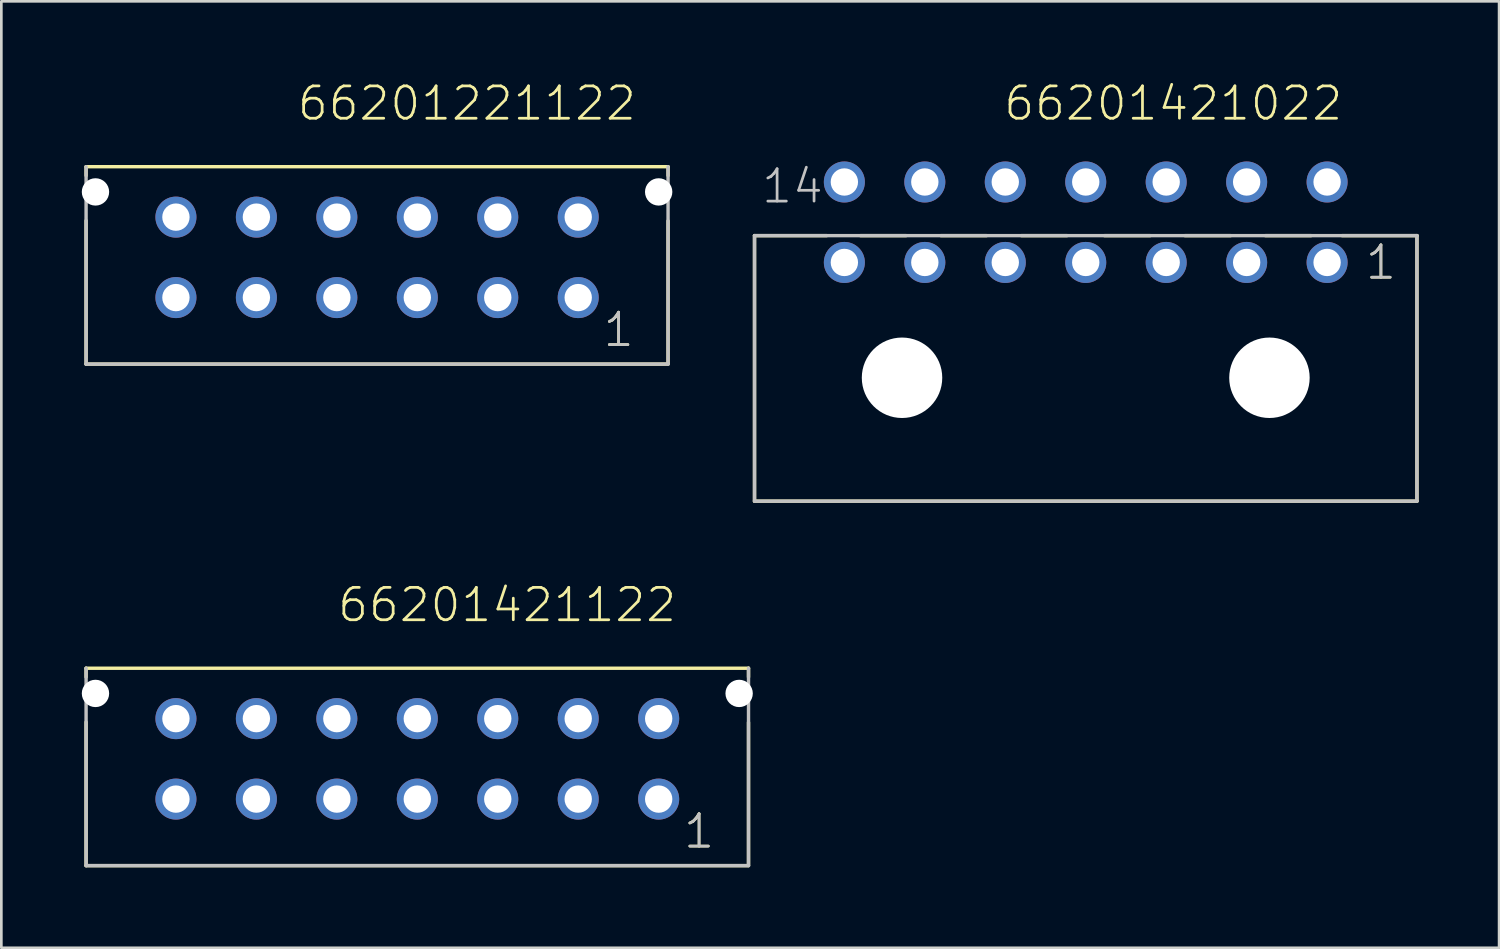
<source format=kicad_pcb>
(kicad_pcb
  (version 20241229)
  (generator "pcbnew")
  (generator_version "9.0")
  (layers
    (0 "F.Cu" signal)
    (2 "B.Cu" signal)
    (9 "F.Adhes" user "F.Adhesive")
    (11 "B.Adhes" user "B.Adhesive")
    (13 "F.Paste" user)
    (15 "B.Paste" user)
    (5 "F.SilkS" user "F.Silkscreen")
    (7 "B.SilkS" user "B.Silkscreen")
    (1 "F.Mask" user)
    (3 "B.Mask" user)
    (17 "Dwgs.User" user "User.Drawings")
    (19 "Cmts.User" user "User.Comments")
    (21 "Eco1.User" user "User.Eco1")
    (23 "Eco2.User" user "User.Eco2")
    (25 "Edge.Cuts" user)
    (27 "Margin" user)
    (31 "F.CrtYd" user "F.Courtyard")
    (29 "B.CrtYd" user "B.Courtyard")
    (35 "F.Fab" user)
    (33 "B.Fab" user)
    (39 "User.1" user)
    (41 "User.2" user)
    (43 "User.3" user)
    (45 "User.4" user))
  (footprint "66201221122"
    (layer "F.Cu")
    (at 11.01 6.546)
    (property "Reference" "66201221122" (at -3.035 -5.035 0) (layer "F.SilkS") (effects (font (size 1.206 1.206) (thickness 0.102)) (justify left bottom)))
    (attr through_hole)
    (fp_line (start -10.85 -3.05) (end -10.85 -3.38) (stroke (width 0.127) (type solid)) (layer "F.SilkS"))
    (fp_line (start -10.85 -1.37) (end -10.85 3.98) (stroke (width 0.127) (type solid)) (layer "F.SilkS"))
    (fp_line (start -10.85 3.98) (end 10.85 3.98) (stroke (width 0.127) (type solid)) (layer "F.SilkS"))
    (fp_line (start 10.85 -3.38) (end -10.85 -3.38) (stroke (width 0.127) (type solid)) (layer "F.SilkS"))
    (fp_line (start 10.85 -3.05) (end 10.85 -3.38) (stroke (width 0.127) (type solid)) (layer "F.SilkS"))
    (fp_line (start 10.85 -1.36) (end 10.85 3.94) (stroke (width 0.127) (type solid)) (layer "F.SilkS"))
    (fp_line (start -10.85 -3.38) (end -10.85 3.98) (stroke (width 0.127) (type solid)) (layer "Dwgs.User"))
    (fp_line (start -10.85 3.98) (end 10.85 3.98) (stroke (width 0.127) (type solid)) (layer "Dwgs.User"))
    (fp_line (start 10.85 3.98) (end 10.85 -3.38) (stroke (width 0.127) (type solid)) (layer "Dwgs.User"))
    (fp_text user "1" (at 8.365 3.405 0) (layer "F.SilkS") (effects (font (size 1.206 1.206) (thickness 0.102)) (justify left bottom)))
    (fp_text user "1" (at 8.365 3.405 0) (layer "Dwgs.User") (effects (font (size 1.206 1.206) (thickness 0.102)) (justify left bottom)))
    (pad "" np_thru_hole circle (at -10.5 -2.44) (size 1.02 1.02) (drill 1.02) (layers "*.Cu"))
    (pad "" np_thru_hole circle (at 10.5 -2.44) (size 1.02 1.02) (drill 1.02) (layers "*.Cu"))
    (pad "1" thru_hole circle (at 7.5 1.5) (size 1.53 1.53) (drill 1.02) (layers "*.Cu" "*.Mask"))
    (pad "2" thru_hole circle (at 4.5 1.5) (size 1.53 1.53) (drill 1.02) (layers "*.Cu" "*.Mask"))
    (pad "3" thru_hole circle (at 1.5 1.5) (size 1.53 1.53) (drill 1.02) (layers "*.Cu" "*.Mask"))
    (pad "4" thru_hole circle (at -1.5 1.5) (size 1.53 1.53) (drill 1.02) (layers "*.Cu" "*.Mask"))
    (pad "5" thru_hole circle (at -4.5 1.5) (size 1.53 1.53) (drill 1.02) (layers "*.Cu" "*.Mask"))
    (pad "6" thru_hole circle (at -7.5 1.5) (size 1.53 1.53) (drill 1.02) (layers "*.Cu" "*.Mask"))
    (pad "7" thru_hole circle (at 7.5 -1.5) (size 1.53 1.53) (drill 1.02) (layers "*.Cu" "*.Mask"))
    (pad "8" thru_hole circle (at 4.5 -1.5) (size 1.53 1.53) (drill 1.02) (layers "*.Cu" "*.Mask"))
    (pad "9" thru_hole circle (at 1.5 -1.5) (size 1.53 1.53) (drill 1.02) (layers "*.Cu" "*.Mask"))
    (pad "10" thru_hole circle (at -1.5 -1.5) (size 1.53 1.53) (drill 1.02) (layers "*.Cu" "*.Mask"))
    (pad "11" thru_hole circle (at -4.5 -1.5) (size 1.53 1.53) (drill 1.02) (layers "*.Cu" "*.Mask"))
    (pad "12" thru_hole circle (at -7.5 -1.5) (size 1.53 1.53) (drill 1.02) (layers "*.Cu" "*.Mask")))
  (footprint "66201421122"
    (layer "F.Cu")
    (at 12.51 25.246)
    (property "Reference" "66201421122" (at -3.035 -5.035 0) (layer "F.SilkS") (effects (font (size 1.206 1.206) (thickness 0.102)) (justify left bottom)))
    (attr through_hole)
    (fp_line (start -12.35 -3.05) (end -12.35 -3.38) (stroke (width 0.127) (type solid)) (layer "F.SilkS"))
    (fp_line (start -12.35 -1.37) (end -12.35 3.98) (stroke (width 0.127) (type solid)) (layer "F.SilkS"))
    (fp_line (start -12.35 3.98) (end 12.35 3.98) (stroke (width 0.127) (type solid)) (layer "F.SilkS"))
    (fp_line (start 12.35 -3.38) (end -12.35 -3.38) (stroke (width 0.127) (type solid)) (layer "F.SilkS"))
    (fp_line (start 12.35 -3.05) (end 12.35 -3.38) (stroke (width 0.127) (type solid)) (layer "F.SilkS"))
    (fp_line (start 12.35 -1.36) (end 12.35 3.94) (stroke (width 0.127) (type solid)) (layer "F.SilkS"))
    (fp_line (start -12.35 -3.38) (end -12.35 3.98) (stroke (width 0.127) (type solid)) (layer "Dwgs.User"))
    (fp_line (start -12.35 3.98) (end 12.35 3.98) (stroke (width 0.127) (type solid)) (layer "Dwgs.User"))
    (fp_line (start 12.35 3.98) (end 12.35 -3.38) (stroke (width 0.127) (type solid)) (layer "Dwgs.User"))
    (fp_text user "1" (at 9.865 3.405 0) (layer "F.SilkS") (effects (font (size 1.206 1.206) (thickness 0.102)) (justify left bottom)))
    (fp_text user "1" (at 9.865 3.405 0) (layer "Dwgs.User") (effects (font (size 1.206 1.206) (thickness 0.102)) (justify left bottom)))
    (pad "" np_thru_hole circle (at -12 -2.44) (size 1.02 1.02) (drill 1.02) (layers "*.Cu"))
    (pad "" np_thru_hole circle (at 12 -2.44) (size 1.02 1.02) (drill 1.02) (layers "*.Cu"))
    (pad "1" thru_hole circle (at 9 1.5) (size 1.53 1.53) (drill 1.02) (layers "*.Cu" "*.Mask"))
    (pad "2" thru_hole circle (at 6 1.5) (size 1.53 1.53) (drill 1.02) (layers "*.Cu" "*.Mask"))
    (pad "3" thru_hole circle (at 3 1.5) (size 1.53 1.53) (drill 1.02) (layers "*.Cu" "*.Mask"))
    (pad "4" thru_hole circle (at 0 1.5) (size 1.53 1.53) (drill 1.02) (layers "*.Cu" "*.Mask"))
    (pad "5" thru_hole circle (at -3 1.5) (size 1.53 1.53) (drill 1.02) (layers "*.Cu" "*.Mask"))
    (pad "6" thru_hole circle (at -6 1.5) (size 1.53 1.53) (drill 1.02) (layers "*.Cu" "*.Mask"))
    (pad "7" thru_hole circle (at -9 1.5) (size 1.53 1.53) (drill 1.02) (layers "*.Cu" "*.Mask"))
    (pad "8" thru_hole circle (at 9 -1.5) (size 1.53 1.53) (drill 1.02) (layers "*.Cu" "*.Mask"))
    (pad "9" thru_hole circle (at 6 -1.5) (size 1.53 1.53) (drill 1.02) (layers "*.Cu" "*.Mask"))
    (pad "10" thru_hole circle (at 3 -1.5) (size 1.53 1.53) (drill 1.02) (layers "*.Cu" "*.Mask"))
    (pad "11" thru_hole circle (at 0 -1.5) (size 1.53 1.53) (drill 1.02) (layers "*.Cu" "*.Mask"))
    (pad "12" thru_hole circle (at -3 -1.5) (size 1.53 1.53) (drill 1.02) (layers "*.Cu" "*.Mask"))
    (pad "13" thru_hole circle (at -6 -1.5) (size 1.53 1.53) (drill 1.02) (layers "*.Cu" "*.Mask"))
    (pad "14" thru_hole circle (at -9 -1.5) (size 1.53 1.53) (drill 1.02) (layers "*.Cu" "*.Mask")))
  (footprint "66201421022"
    (layer "F.Cu")
    (at 37.434 11.036)
    (property "Reference" "66201421022" (at -3.12 -9.525 0) (layer "F.SilkS") (effects (font (size 1.206 1.206) (thickness 0.102)) (justify left bottom)))
    (attr through_hole)
    (fp_line (start -12.35 4.6) (end -12.35 -5.3) (stroke (width 0.127) (type solid)) (layer "F.SilkS"))
    (fp_line (start -9.66 -5.3) (end -12.35 -5.3) (stroke (width 0.127) (type solid)) (layer "F.SilkS"))
    (fp_line (start -8.4 -5.3) (end -6.7 -5.3) (stroke (width 0.127) (type solid)) (layer "F.SilkS"))
    (fp_line (start -5.4 -5.3) (end -3.7 -5.3) (stroke (width 0.127) (type solid)) (layer "F.SilkS"))
    (fp_line (start -2.4 -5.3) (end -0.7 -5.3) (stroke (width 0.127) (type solid)) (layer "F.SilkS"))
    (fp_line (start 0.7 -5.3) (end 2.4 -5.3) (stroke (width 0.127) (type solid)) (layer "F.SilkS"))
    (fp_line (start 3.7 -5.3) (end 5.4 -5.3) (stroke (width 0.127) (type solid)) (layer "F.SilkS"))
    (fp_line (start 6.7 -5.3) (end 8.4 -5.3) (stroke (width 0.127) (type solid)) (layer "F.SilkS"))
    (fp_line (start 9.56 -5.3) (end 12.35 -5.3) (stroke (width 0.127) (type solid)) (layer "F.SilkS"))
    (fp_line (start 12.35 -5.3) (end 12.35 4.6) (stroke (width 0.127) (type solid)) (layer "F.SilkS"))
    (fp_line (start 12.35 4.6) (end -12.35 4.6) (stroke (width 0.127) (type solid)) (layer "F.SilkS"))
    (fp_line (start -12.35 -5.3) (end 12.35 -5.3) (stroke (width 0.127) (type solid)) (layer "Dwgs.User"))
    (fp_line (start -12.35 4.6) (end -12.35 -5.3) (stroke (width 0.127) (type solid)) (layer "Dwgs.User"))
    (fp_line (start 12.35 -5.3) (end 12.35 4.6) (stroke (width 0.127) (type solid)) (layer "Dwgs.User"))
    (fp_line (start 12.35 4.6) (end -12.35 4.6) (stroke (width 0.127) (type solid)) (layer "Dwgs.User"))
    (fp_text user "1" (at 10.365 -3.595 0) (layer "F.SilkS") (effects (font (size 1.206 1.206) (thickness 0.102)) (justify left bottom)))
    (fp_text user "14" (at -12.15 -6.435 0) (layer "Dwgs.User") (effects (font (size 1.206 1.206) (thickness 0.102)) (justify left bottom)))
    (fp_text user "1" (at 10.365 -3.595 0) (layer "Dwgs.User") (effects (font (size 1.206 1.206) (thickness 0.102)) (justify left bottom)))
    (pad "" np_thru_hole circle (at -6.85 0) (size 3 3) (drill 3) (layers "*.Cu"))
    (pad "" np_thru_hole circle (at 6.85 0) (size 3 3) (drill 3) (layers "*.Cu"))
    (pad "1" thru_hole circle (at 9 -4.3) (size 1.53 1.53) (drill 1.02) (layers "*.Cu" "*.Mask"))
    (pad "2" thru_hole circle (at 6 -4.3) (size 1.53 1.53) (drill 1.02) (layers "*.Cu" "*.Mask"))
    (pad "3" thru_hole circle (at 3 -4.3) (size 1.53 1.53) (drill 1.02) (layers "*.Cu" "*.Mask"))
    (pad "4" thru_hole circle (at 0 -4.3) (size 1.53 1.53) (drill 1.02) (layers "*.Cu" "*.Mask"))
    (pad "5" thru_hole circle (at -3 -4.3) (size 1.53 1.53) (drill 1.02) (layers "*.Cu" "*.Mask"))
    (pad "6" thru_hole circle (at -6 -4.3) (size 1.53 1.53) (drill 1.02) (layers "*.Cu" "*.Mask"))
    (pad "7" thru_hole circle (at -9 -4.3) (size 1.53 1.53) (drill 1.02) (layers "*.Cu" "*.Mask"))
    (pad "8" thru_hole circle (at 9 -7.3) (size 1.53 1.53) (drill 1.02) (layers "*.Cu" "*.Mask"))
    (pad "9" thru_hole circle (at 6 -7.3) (size 1.53 1.53) (drill 1.02) (layers "*.Cu" "*.Mask"))
    (pad "10" thru_hole circle (at 3 -7.3) (size 1.53 1.53) (drill 1.02) (layers "*.Cu" "*.Mask"))
    (pad "11" thru_hole circle (at 0 -7.3) (size 1.53 1.53) (drill 1.02) (layers "*.Cu" "*.Mask"))
    (pad "12" thru_hole circle (at -3 -7.3) (size 1.53 1.53) (drill 1.02) (layers "*.Cu" "*.Mask"))
    (pad "13" thru_hole circle (at -6 -7.3) (size 1.53 1.53) (drill 1.02) (layers "*.Cu" "*.Mask"))
    (pad "14" thru_hole circle (at -9 -7.3) (size 1.53 1.53) (drill 1.02) (layers "*.Cu" "*.Mask")))
  (gr_rect
    (start -3 -3)
    (end 52.847 32.29)
    (stroke (width 0.1) (type default))
    (fill no)
    (layer "Edge.Cuts")))
</source>
